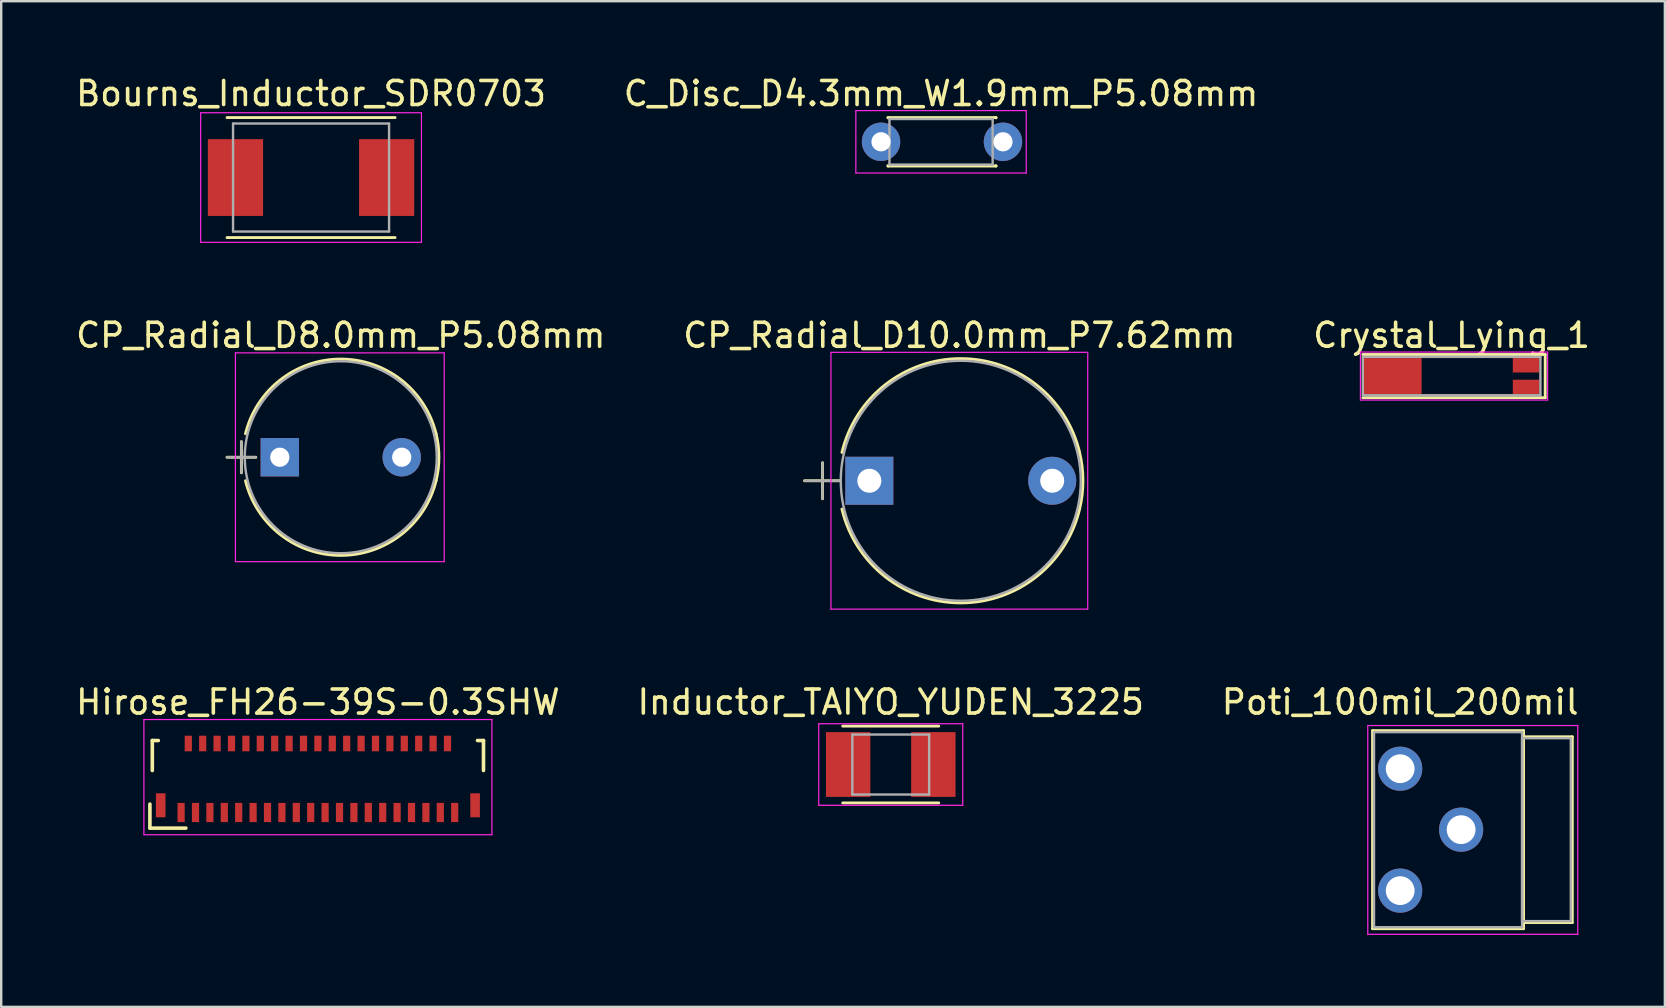
<source format=kicad_pcb>
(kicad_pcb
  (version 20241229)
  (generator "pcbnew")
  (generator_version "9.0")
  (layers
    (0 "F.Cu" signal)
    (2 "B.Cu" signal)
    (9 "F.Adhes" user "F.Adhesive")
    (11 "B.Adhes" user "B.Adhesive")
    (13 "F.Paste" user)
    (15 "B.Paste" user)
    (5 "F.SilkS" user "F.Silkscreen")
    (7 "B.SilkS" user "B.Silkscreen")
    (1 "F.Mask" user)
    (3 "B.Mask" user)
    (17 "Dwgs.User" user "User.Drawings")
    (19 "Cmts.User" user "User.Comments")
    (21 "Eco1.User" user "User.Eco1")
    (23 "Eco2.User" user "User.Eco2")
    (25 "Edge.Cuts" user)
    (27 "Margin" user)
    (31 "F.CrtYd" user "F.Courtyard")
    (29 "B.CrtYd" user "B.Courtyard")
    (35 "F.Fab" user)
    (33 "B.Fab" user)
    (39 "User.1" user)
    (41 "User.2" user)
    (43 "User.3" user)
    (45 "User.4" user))
  (footprint "Crystal_Lying_1"
    (layer "F.Cu")
    (at 57.435 12.621)
    (property "Reference" "Crystal_Lying_1" (at 0 -1.7 0) (layer "F.SilkS") (effects (font (size 1 1) (thickness 0.15))))
    (attr through_hole)
    (fp_line (start 3.9 -0.9) (end -3.7 -0.9) (stroke (width 0.12) (type solid)) (layer "F.SilkS"))
    (fp_line (start 3.9 0.9) (end -3.7 0.9) (stroke (width 0.12) (type solid)) (layer "F.SilkS"))
    (fp_line (start 3.9 0.9) (end 3.9 -0.9) (stroke (width 0.12) (type solid)) (layer "F.SilkS"))
    (fp_line (start -3.8 -1) (end -3.8 1) (stroke (width 0.05) (type solid)) (layer "F.CrtYd"))
    (fp_line (start -3.8 1) (end 4 1) (stroke (width 0.05) (type solid)) (layer "F.CrtYd"))
    (fp_line (start 4 -1) (end -3.8 -1) (stroke (width 0.05) (type solid)) (layer "F.CrtYd"))
    (fp_line (start 4 1) (end 4 -1) (stroke (width 0.05) (type solid)) (layer "F.CrtYd"))
    (fp_line (start -3.7 -0.8) (end -3.7 0.8) (stroke (width 0.1) (type solid)) (layer "F.Fab"))
    (fp_line (start -3.7 0.8) (end 3.7 0.8) (stroke (width 0.1) (type solid)) (layer "F.Fab"))
    (fp_line (start 3.7 -0.8) (end -3.7 -0.8) (stroke (width 0.1) (type solid)) (layer "F.Fab"))
    (fp_line (start 3.7 0.8) (end 3.7 -0.8) (stroke (width 0.1) (type solid)) (layer "F.Fab"))
    (pad "" smd rect (at -2.45 0) (size 2.4 1.5) (layers "F.Cu" "F.Mask" "F.Paste"))
    (pad "1" smd rect (at 3.1 -0.45) (size 1.1 0.6) (layers "F.Cu" "F.Mask" "F.Paste"))
    (pad "2" smd rect (at 3.1 0.45) (size 1.1 0.6) (layers "F.Cu" "F.Mask" "F.Paste")))
  (footprint "Poti_100mil_200mil"
    (layer "F.Cu")
    (at 55.292 28.98)
    (property "Reference" "Poti_100mil_200mil" (at 0 -2.775 0) (layer "F.SilkS") (effects (font (size 1 1) (thickness 0.15))))
    (attr through_hole)
    (fp_line (start -1.15 -1.586) (end -1.15 6.665) (stroke (width 0.12) (type solid)) (layer "F.SilkS"))
    (fp_line (start -1.15 -1.586) (end 5.141 -1.586) (stroke (width 0.12) (type solid)) (layer "F.SilkS"))
    (fp_line (start -1.15 6.665) (end 5.141 6.665) (stroke (width 0.12) (type solid)) (layer "F.SilkS"))
    (fp_line (start 5.141 -1.586) (end 5.141 6.665) (stroke (width 0.12) (type solid)) (layer "F.SilkS"))
    (fp_line (start 5.141 -1.33) (end 5.141 6.41) (stroke (width 0.12) (type solid)) (layer "F.SilkS"))
    (fp_line (start 5.141 -1.33) (end 7.171 -1.33) (stroke (width 0.12) (type solid)) (layer "F.SilkS"))
    (fp_line (start 5.141 6.41) (end 7.171 6.41) (stroke (width 0.12) (type solid)) (layer "F.SilkS"))
    (fp_line (start 7.171 -1.33) (end 7.171 6.41) (stroke (width 0.12) (type solid)) (layer "F.SilkS"))
    (fp_line (start -1.35 -1.8) (end -1.35 6.9) (stroke (width 0.05) (type solid)) (layer "F.CrtYd"))
    (fp_line (start -1.35 6.9) (end 7.4 6.9) (stroke (width 0.05) (type solid)) (layer "F.CrtYd"))
    (fp_line (start 7.4 -1.8) (end -1.35 -1.8) (stroke (width 0.05) (type solid)) (layer "F.CrtYd"))
    (fp_line (start 7.4 6.9) (end 7.4 -1.8) (stroke (width 0.05) (type solid)) (layer "F.CrtYd"))
    (fp_line (start -1.09 -1.525) (end -1.09 6.605) (stroke (width 0.1) (type solid)) (layer "F.Fab"))
    (fp_line (start -1.09 6.605) (end 5.08 6.605) (stroke (width 0.1) (type solid)) (layer "F.Fab"))
    (fp_line (start 5.08 -1.525) (end -1.09 -1.525) (stroke (width 0.1) (type solid)) (layer "F.Fab"))
    (fp_line (start 5.08 -1.27) (end 5.08 6.35) (stroke (width 0.1) (type solid)) (layer "F.Fab"))
    (fp_line (start 5.08 6.35) (end 7.11 6.35) (stroke (width 0.1) (type solid)) (layer "F.Fab"))
    (fp_line (start 5.08 6.605) (end 5.08 -1.525) (stroke (width 0.1) (type solid)) (layer "F.Fab"))
    (fp_line (start 7.11 -1.27) (end 5.08 -1.27) (stroke (width 0.1) (type solid)) (layer "F.Fab"))
    (fp_line (start 7.11 6.35) (end 7.11 -1.27) (stroke (width 0.1) (type solid)) (layer "F.Fab"))
    (pad "1" thru_hole circle (at 0 0) (size 1.84 1.84) (drill 1.2) (layers "*.Cu" "*.Mask"))
    (pad "2" thru_hole circle (at 2.54 2.54) (size 1.84 1.84) (drill 1.2) (layers "*.Cu" "*.Mask"))
    (pad "3" thru_hole circle (at 0 5.08) (size 1.84 1.84) (drill 1.2) (layers "*.Cu" "*.Mask")))
  (footprint "CP_Radial_D8.0mm_P5.08mm"
    (layer "F.Cu")
    (at 8.609 16.002)
    (property "Reference" "CP_Radial_D8.0mm_P5.08mm" (at 2.54 -5.08 0) (layer "F.SilkS") (effects (font (size 1 1) (thickness 0.15))))
    (attr through_hole)
    (fp_line (start -2.2 0) (end -1 0) (stroke (width 0.12) (type solid)) (layer "F.SilkS"))
    (fp_line (start -1.6 -0.65) (end -1.6 0.65) (stroke (width 0.12) (type solid)) (layer "F.SilkS"))
    (fp_arc (start -1.430856 -0.98) (mid 2.54096 -4.09) (end 6.511316 -0.978135) (stroke (width 0.12) (type solid)) (layer "F.SilkS"))
    (fp_arc (start 6.510856 -0.98) (mid 6.63 -0.00096) (end 6.511316 0.978135) (stroke (width 0.12) (type solid)) (layer "F.SilkS"))
    (fp_arc (start 6.511316 0.978135) (mid 2.54096 4.09) (end -1.430856 0.98) (stroke (width 0.12) (type solid)) (layer "F.SilkS"))
    (fp_line (start -1.85 -4.35) (end -1.85 4.35) (stroke (width 0.05) (type solid)) (layer "F.CrtYd"))
    (fp_line (start -1.85 4.35) (end 6.85 4.35) (stroke (width 0.05) (type solid)) (layer "F.CrtYd"))
    (fp_line (start 6.85 -4.35) (end -1.85 -4.35) (stroke (width 0.05) (type solid)) (layer "F.CrtYd"))
    (fp_line (start 6.85 4.35) (end 6.85 -4.35) (stroke (width 0.05) (type solid)) (layer "F.CrtYd"))
    (fp_line (start -2.2 0) (end -1 0) (stroke (width 0.1) (type solid)) (layer "F.Fab"))
    (fp_line (start -1.6 -0.65) (end -1.6 0.65) (stroke (width 0.1) (type solid)) (layer "F.Fab"))
    (fp_circle (center 2.54 0) (end 6.54 0) (stroke (width 0.1) (type solid)) (fill no) (layer "F.Fab"))
    (pad "1" thru_hole rect (at 0 0) (size 1.6 1.6) (drill 0.8) (layers "*.Cu" "*.Mask"))
    (pad "2" thru_hole circle (at 5.08 0) (size 1.6 1.6) (drill 0.8) (layers "*.Cu" "*.Mask")))
  (footprint "C_Disc_D4.3mm_W1.9mm_P5.08mm"
    (layer "F.Cu")
    (at 33.661 2.858)
    (property "Reference" "C_Disc_D4.3mm_W1.9mm_P5.08mm" (at 2.5 -2.01 0) (layer "F.SilkS") (effects (font (size 1 1) (thickness 0.15))))
    (attr through_hole)
    (fp_line (start 0.29 -1.01) (end 0.29 -0.996) (stroke (width 0.12) (type solid)) (layer "F.SilkS"))
    (fp_line (start 0.29 -1.01) (end 4.79 -1.01) (stroke (width 0.12) (type solid)) (layer "F.SilkS"))
    (fp_line (start 0.29 0.996) (end 0.29 1.01) (stroke (width 0.12) (type solid)) (layer "F.SilkS"))
    (fp_line (start 0.29 1.01) (end 4.79 1.01) (stroke (width 0.12) (type solid)) (layer "F.SilkS"))
    (fp_line (start 4.79 -1.01) (end 4.79 -0.996) (stroke (width 0.12) (type solid)) (layer "F.SilkS"))
    (fp_line (start 4.79 0.996) (end 4.79 1.01) (stroke (width 0.12) (type solid)) (layer "F.SilkS"))
    (fp_line (start -1.05 -1.3) (end -1.05 1.3) (stroke (width 0.05) (type solid)) (layer "F.CrtYd"))
    (fp_line (start -1.05 1.3) (end 6.05 1.3) (stroke (width 0.05) (type solid)) (layer "F.CrtYd"))
    (fp_line (start 6.05 -1.3) (end -1.05 -1.3) (stroke (width 0.05) (type solid)) (layer "F.CrtYd"))
    (fp_line (start 6.05 1.3) (end 6.05 -1.3) (stroke (width 0.05) (type solid)) (layer "F.CrtYd"))
    (fp_line (start 0.35 -0.95) (end 0.35 0.95) (stroke (width 0.1) (type solid)) (layer "F.Fab"))
    (fp_line (start 0.35 0.95) (end 4.65 0.95) (stroke (width 0.1) (type solid)) (layer "F.Fab"))
    (fp_line (start 4.65 -0.95) (end 0.35 -0.95) (stroke (width 0.1) (type solid)) (layer "F.Fab"))
    (fp_line (start 4.65 0.95) (end 4.65 -0.95) (stroke (width 0.1) (type solid)) (layer "F.Fab"))
    (pad "1" thru_hole circle (at 0 0) (size 1.6 1.6) (drill 0.8) (layers "*.Cu" "*.Mask"))
    (pad "2" thru_hole circle (at 5.08 0) (size 1.6 1.6) (drill 0.8) (layers "*.Cu" "*.Mask")))
  (footprint "Inductor_TAIYO_YUDEN_3225"
    (layer "F.Cu")
    (at 34.065 28.805)
    (property "Reference" "Inductor_TAIYO_YUDEN_3225" (at 0 -2.6 0) (layer "F.SilkS") (effects (font (size 1 1) (thickness 0.15))))
    (attr through_hole)
    (fp_line (start -2 1.6) (end 2 1.6) (stroke (width 0.12) (type solid)) (layer "F.SilkS"))
    (fp_line (start 2 -1.6) (end -2 -1.6) (stroke (width 0.12) (type solid)) (layer "F.SilkS"))
    (fp_line (start -3 -1.7) (end -3 1.7) (stroke (width 0.05) (type solid)) (layer "F.CrtYd"))
    (fp_line (start -3 1.7) (end 3 1.7) (stroke (width 0.05) (type solid)) (layer "F.CrtYd"))
    (fp_line (start 3 -1.7) (end -3 -1.7) (stroke (width 0.05) (type solid)) (layer "F.CrtYd"))
    (fp_line (start 3 1.7) (end 3 -1.7) (stroke (width 0.05) (type solid)) (layer "F.CrtYd"))
    (fp_line (start -1.6 -1.25) (end -1.6 1.25) (stroke (width 0.1) (type solid)) (layer "F.Fab"))
    (fp_line (start -1.6 1.25) (end 1.6 1.25) (stroke (width 0.1) (type solid)) (layer "F.Fab"))
    (fp_line (start 1.6 -1.25) (end -1.6 -1.25) (stroke (width 0.1) (type solid)) (layer "F.Fab"))
    (fp_line (start 1.6 1.25) (end 1.6 -1.25) (stroke (width 0.1) (type solid)) (layer "F.Fab"))
    (pad "1" smd rect (at -1.775 0) (size 1.85 2.7) (layers "F.Cu" "F.Mask" "F.Paste"))
    (pad "2" smd rect (at 1.775 0) (size 1.85 2.7) (layers "F.Cu" "F.Mask" "F.Paste")))
  (footprint "Hirose_FH26-39S-0.3SHW"
    (layer "F.Cu")
    (at 10.196 29.33)
    (property "Reference" "Hirose_FH26-39S-0.3SHW" (at 0 -3.125 0) (layer "F.SilkS") (effects (font (size 1 1) (thickness 0.15))))
    (attr smd)
    (fp_line (start -7 1.125) (end -7 2.125) (stroke (width 0.15) (type solid)) (layer "F.SilkS"))
    (fp_line (start -7 2.125) (end -5.5 2.125) (stroke (width 0.15) (type solid)) (layer "F.SilkS"))
    (fp_line (start -6.9 -1.525) (end -6.9 -0.275) (stroke (width 0.15) (type solid)) (layer "F.SilkS"))
    (fp_line (start -6.65 -1.525) (end -6.9 -1.525) (stroke (width 0.15) (type solid)) (layer "F.SilkS"))
    (fp_line (start 6.65 -1.525) (end 6.9 -1.525) (stroke (width 0.15) (type solid)) (layer "F.SilkS"))
    (fp_line (start 6.9 -1.525) (end 6.9 -0.275) (stroke (width 0.15) (type solid)) (layer "F.SilkS"))
    (fp_line (start -7.25 -2.4) (end -7.25 2.4) (stroke (width 0.05) (type solid)) (layer "F.CrtYd"))
    (fp_line (start -7.25 2.4) (end 7.25 2.4) (stroke (width 0.05) (type solid)) (layer "F.CrtYd"))
    (fp_line (start 7.25 -2.4) (end -7.25 -2.4) (stroke (width 0.05) (type solid)) (layer "F.CrtYd"))
    (fp_line (start 7.25 2.4) (end 7.25 -2.4) (stroke (width 0.05) (type solid)) (layer "F.CrtYd"))
    (pad "" smd rect (at -6.55 1.175) (size 0.4 1) (layers "F.Cu" "F.Mask" "F.Paste"))
    (pad "" smd rect (at 6.55 1.175) (size 0.4 1) (layers "F.Cu" "F.Mask" "F.Paste"))
    (pad "1" smd rect (at -5.7 1.475) (size 0.3 0.8) (layers "F.Cu" "F.Mask" "F.Paste"))
    (pad "2" smd rect (at -5.4 -1.4) (size 0.3 0.65) (layers "F.Cu" "F.Mask" "F.Paste"))
    (pad "3" smd rect (at -5.1 1.475) (size 0.3 0.8) (layers "F.Cu" "F.Mask" "F.Paste"))
    (pad "4" smd rect (at -4.8 -1.4) (size 0.3 0.65) (layers "F.Cu" "F.Mask" "F.Paste"))
    (pad "5" smd rect (at -4.5 1.475) (size 0.3 0.8) (layers "F.Cu" "F.Mask" "F.Paste"))
    (pad "6" smd rect (at -4.2 -1.4) (size 0.3 0.65) (layers "F.Cu" "F.Mask" "F.Paste"))
    (pad "7" smd rect (at -3.9 1.475) (size 0.3 0.8) (layers "F.Cu" "F.Mask" "F.Paste"))
    (pad "8" smd rect (at -3.6 -1.4) (size 0.3 0.65) (layers "F.Cu" "F.Mask" "F.Paste"))
    (pad "9" smd rect (at -3.3 1.475) (size 0.3 0.8) (layers "F.Cu" "F.Mask" "F.Paste"))
    (pad "10" smd rect (at -3 -1.4) (size 0.3 0.65) (layers "F.Cu" "F.Mask" "F.Paste"))
    (pad "11" smd rect (at -2.7 1.475) (size 0.3 0.8) (layers "F.Cu" "F.Mask" "F.Paste"))
    (pad "12" smd rect (at -2.4 -1.4) (size 0.3 0.65) (layers "F.Cu" "F.Mask" "F.Paste"))
    (pad "13" smd rect (at -2.1 1.475) (size 0.3 0.8) (layers "F.Cu" "F.Mask" "F.Paste"))
    (pad "14" smd rect (at -1.8 -1.4) (size 0.3 0.65) (layers "F.Cu" "F.Mask" "F.Paste"))
    (pad "15" smd rect (at -1.5 1.475) (size 0.3 0.8) (layers "F.Cu" "F.Mask" "F.Paste"))
    (pad "16" smd rect (at -1.2 -1.4) (size 0.3 0.65) (layers "F.Cu" "F.Mask" "F.Paste"))
    (pad "17" smd rect (at -0.9 1.475) (size 0.3 0.8) (layers "F.Cu" "F.Mask" "F.Paste"))
    (pad "18" smd rect (at -0.6 -1.4) (size 0.3 0.65) (layers "F.Cu" "F.Mask" "F.Paste"))
    (pad "19" smd rect (at -0.3 1.475) (size 0.3 0.8) (layers "F.Cu" "F.Mask" "F.Paste"))
    (pad "20" smd rect (at 0 -1.4) (size 0.3 0.65) (layers "F.Cu" "F.Mask" "F.Paste"))
    (pad "21" smd rect (at 0.3 1.475) (size 0.3 0.8) (layers "F.Cu" "F.Mask" "F.Paste"))
    (pad "22" smd rect (at 0.6 -1.4) (size 0.3 0.65) (layers "F.Cu" "F.Mask" "F.Paste"))
    (pad "23" smd rect (at 0.9 1.475) (size 0.3 0.8) (layers "F.Cu" "F.Mask" "F.Paste"))
    (pad "24" smd rect (at 1.2 -1.4) (size 0.3 0.65) (layers "F.Cu" "F.Mask" "F.Paste"))
    (pad "25" smd rect (at 1.5 1.475) (size 0.3 0.8) (layers "F.Cu" "F.Mask" "F.Paste"))
    (pad "26" smd rect (at 1.8 -1.4) (size 0.3 0.65) (layers "F.Cu" "F.Mask" "F.Paste"))
    (pad "27" smd rect (at 2.1 1.475) (size 0.3 0.8) (layers "F.Cu" "F.Mask" "F.Paste"))
    (pad "28" smd rect (at 2.4 -1.4) (size 0.3 0.65) (layers "F.Cu" "F.Mask" "F.Paste"))
    (pad "29" smd rect (at 2.7 1.475) (size 0.3 0.8) (layers "F.Cu" "F.Mask" "F.Paste"))
    (pad "30" smd rect (at 3 -1.4) (size 0.3 0.65) (layers "F.Cu" "F.Mask" "F.Paste"))
    (pad "31" smd rect (at 3.3 1.475) (size 0.3 0.8) (layers "F.Cu" "F.Mask" "F.Paste"))
    (pad "32" smd rect (at 3.6 -1.4) (size 0.3 0.65) (layers "F.Cu" "F.Mask" "F.Paste"))
    (pad "33" smd rect (at 3.9 1.475) (size 0.3 0.8) (layers "F.Cu" "F.Mask" "F.Paste"))
    (pad "34" smd rect (at 4.2 -1.4) (size 0.3 0.65) (layers "F.Cu" "F.Mask" "F.Paste"))
    (pad "35" smd rect (at 4.5 1.475) (size 0.3 0.8) (layers "F.Cu" "F.Mask" "F.Paste"))
    (pad "36" smd rect (at 4.8 -1.4) (size 0.3 0.65) (layers "F.Cu" "F.Mask" "F.Paste"))
    (pad "37" smd rect (at 5.1 1.475) (size 0.3 0.8) (layers "F.Cu" "F.Mask" "F.Paste"))
    (pad "38" smd rect (at 5.4 -1.4) (size 0.3 0.65) (layers "F.Cu" "F.Mask" "F.Paste"))
    (pad "39" smd rect (at 5.7 1.475) (size 0.3 0.8) (layers "F.Cu" "F.Mask" "F.Paste")))
  (footprint "Bourns_Inductor_SDR0703"
    (layer "F.Cu")
    (at 9.911 4.348)
    (property "Reference" "Bourns_Inductor_SDR0703" (at 0 -3.5 0) (layer "F.SilkS") (effects (font (size 1 1) (thickness 0.15))))
    (attr through_hole)
    (fp_line (start -3.5 -2.5) (end 3.5 -2.5) (stroke (width 0.12) (type solid)) (layer "F.SilkS"))
    (fp_line (start -3.5 2.5) (end 3.5 2.5) (stroke (width 0.12) (type solid)) (layer "F.SilkS"))
    (fp_line (start -4.6 -2.7) (end -4.6 2.7) (stroke (width 0.05) (type solid)) (layer "F.CrtYd"))
    (fp_line (start -4.6 2.7) (end 4.6 2.7) (stroke (width 0.05) (type solid)) (layer "F.CrtYd"))
    (fp_line (start 4.6 -2.7) (end -4.6 -2.7) (stroke (width 0.05) (type solid)) (layer "F.CrtYd"))
    (fp_line (start 4.6 2.7) (end 4.6 -2.7) (stroke (width 0.05) (type solid)) (layer "F.CrtYd"))
    (fp_line (start -3.25 -2.25) (end -3.25 2.25) (stroke (width 0.1) (type solid)) (layer "F.Fab"))
    (fp_line (start -3.25 2.25) (end 3.25 2.25) (stroke (width 0.1) (type solid)) (layer "F.Fab"))
    (fp_line (start 3.25 -2.25) (end -3.25 -2.25) (stroke (width 0.1) (type solid)) (layer "F.Fab"))
    (fp_line (start 3.25 2.25) (end 3.25 -2.25) (stroke (width 0.1) (type solid)) (layer "F.Fab"))
    (pad "1" smd rect (at -3.15 0) (size 2.3 3.2) (layers "F.Cu" "F.Mask" "F.Paste"))
    (pad "2" smd rect (at 3.15 0) (size 2.3 3.2) (layers "F.Cu" "F.Mask" "F.Paste")))
  (footprint "CP_Radial_D10.0mm_P7.62mm"
    (layer "F.Cu")
    (at 33.173 16.982)
    (property "Reference" "CP_Radial_D10.0mm_P7.62mm" (at 3.75 -6.06 0) (layer "F.SilkS") (effects (font (size 1 1) (thickness 0.15))))
    (attr through_hole)
    (fp_line (start -2.7 0) (end -1.2 0) (stroke (width 0.12) (type solid)) (layer "F.SilkS"))
    (fp_line (start -1.95 -0.75) (end -1.95 0.75) (stroke (width 0.12) (type solid)) (layer "F.SilkS"))
    (fp_arc (start -1.141333 -1.18) (mid 3.810414 -5.09) (end 8.761525 -1.179194) (stroke (width 0.12) (type solid)) (layer "F.SilkS"))
    (fp_arc (start 8.761333 -1.18) (mid 8.9 -0.000414) (end 8.761525 1.179194) (stroke (width 0.12) (type solid)) (layer "F.SilkS"))
    (fp_arc (start 8.761525 1.179194) (mid 3.810414 5.09) (end -1.141333 1.18) (stroke (width 0.12) (type solid)) (layer "F.SilkS"))
    (fp_line (start -1.6 -5.35) (end -1.6 5.35) (stroke (width 0.05) (type solid)) (layer "F.CrtYd"))
    (fp_line (start -1.6 5.35) (end 9.1 5.35) (stroke (width 0.05) (type solid)) (layer "F.CrtYd"))
    (fp_line (start 9.1 -5.35) (end -1.6 -5.35) (stroke (width 0.05) (type solid)) (layer "F.CrtYd"))
    (fp_line (start 9.1 5.35) (end 9.1 -5.35) (stroke (width 0.05) (type solid)) (layer "F.CrtYd"))
    (fp_line (start -2.7 0) (end -1.2 0) (stroke (width 0.1) (type solid)) (layer "F.Fab"))
    (fp_line (start -1.95 -0.75) (end -1.95 0.75) (stroke (width 0.1) (type solid)) (layer "F.Fab"))
    (fp_circle (center 3.81 0) (end 8.81 0) (stroke (width 0.1) (type solid)) (fill no) (layer "F.Fab"))
    (pad "1" thru_hole rect (at 0 0) (size 2 2) (drill 1) (layers "*.Cu" "*.Mask"))
    (pad "2" thru_hole circle (at 7.62 0) (size 2 2) (drill 1) (layers "*.Cu" "*.Mask")))
  (gr_rect
    (start -3 -3)
    (end 66.321 38.905)
    (stroke (width 0.1) (type default))
    (fill no)
    (layer "Edge.Cuts")))
</source>
